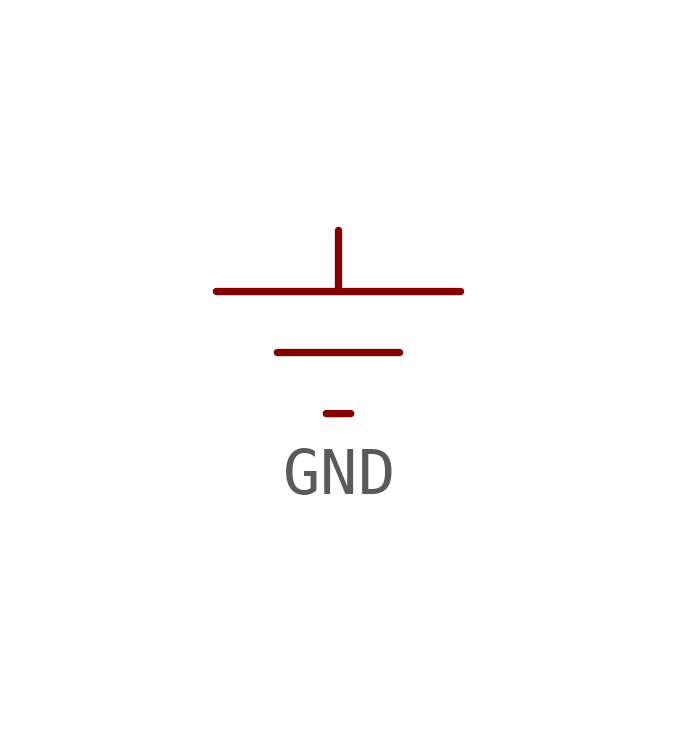
<source format=kicad_sym>
(kicad_symbol_lib
  (version 20220914)
  (generator kicad_symbol_editor)
  (symbol "GND"
    (power)
    (pin_numbers hide)
    (pin_names hide)
    (property "Reference" "GND"
      (at 3.302 -3.81 0)
      (effects (font (size 1.27 1.27)) hide))
    (symbol "GND_0_1"
      (polyline (pts (xy -2.54 -1.27) (xy 2.54 -1.27)) (stroke (width 0) (type default)) (fill (type none)))
      (polyline (pts (xy -1.27 -2.54) (xy 1.27 -2.54)) (stroke (width 0) (type default)) (fill (type none)))
      (polyline (pts (xy -0.254 -3.81) (xy 0.254 -3.81)) (stroke (width 0) (type default)) (fill (type none))))
    (symbol "GND_1_1"
      (pin power_in line (at 0 0 270) (length 1.27) (name "GND" (effects (font (size 1.27 1.27)))) (number "GND" (effects (font (size 1.27 1.27))))))))
</source>
